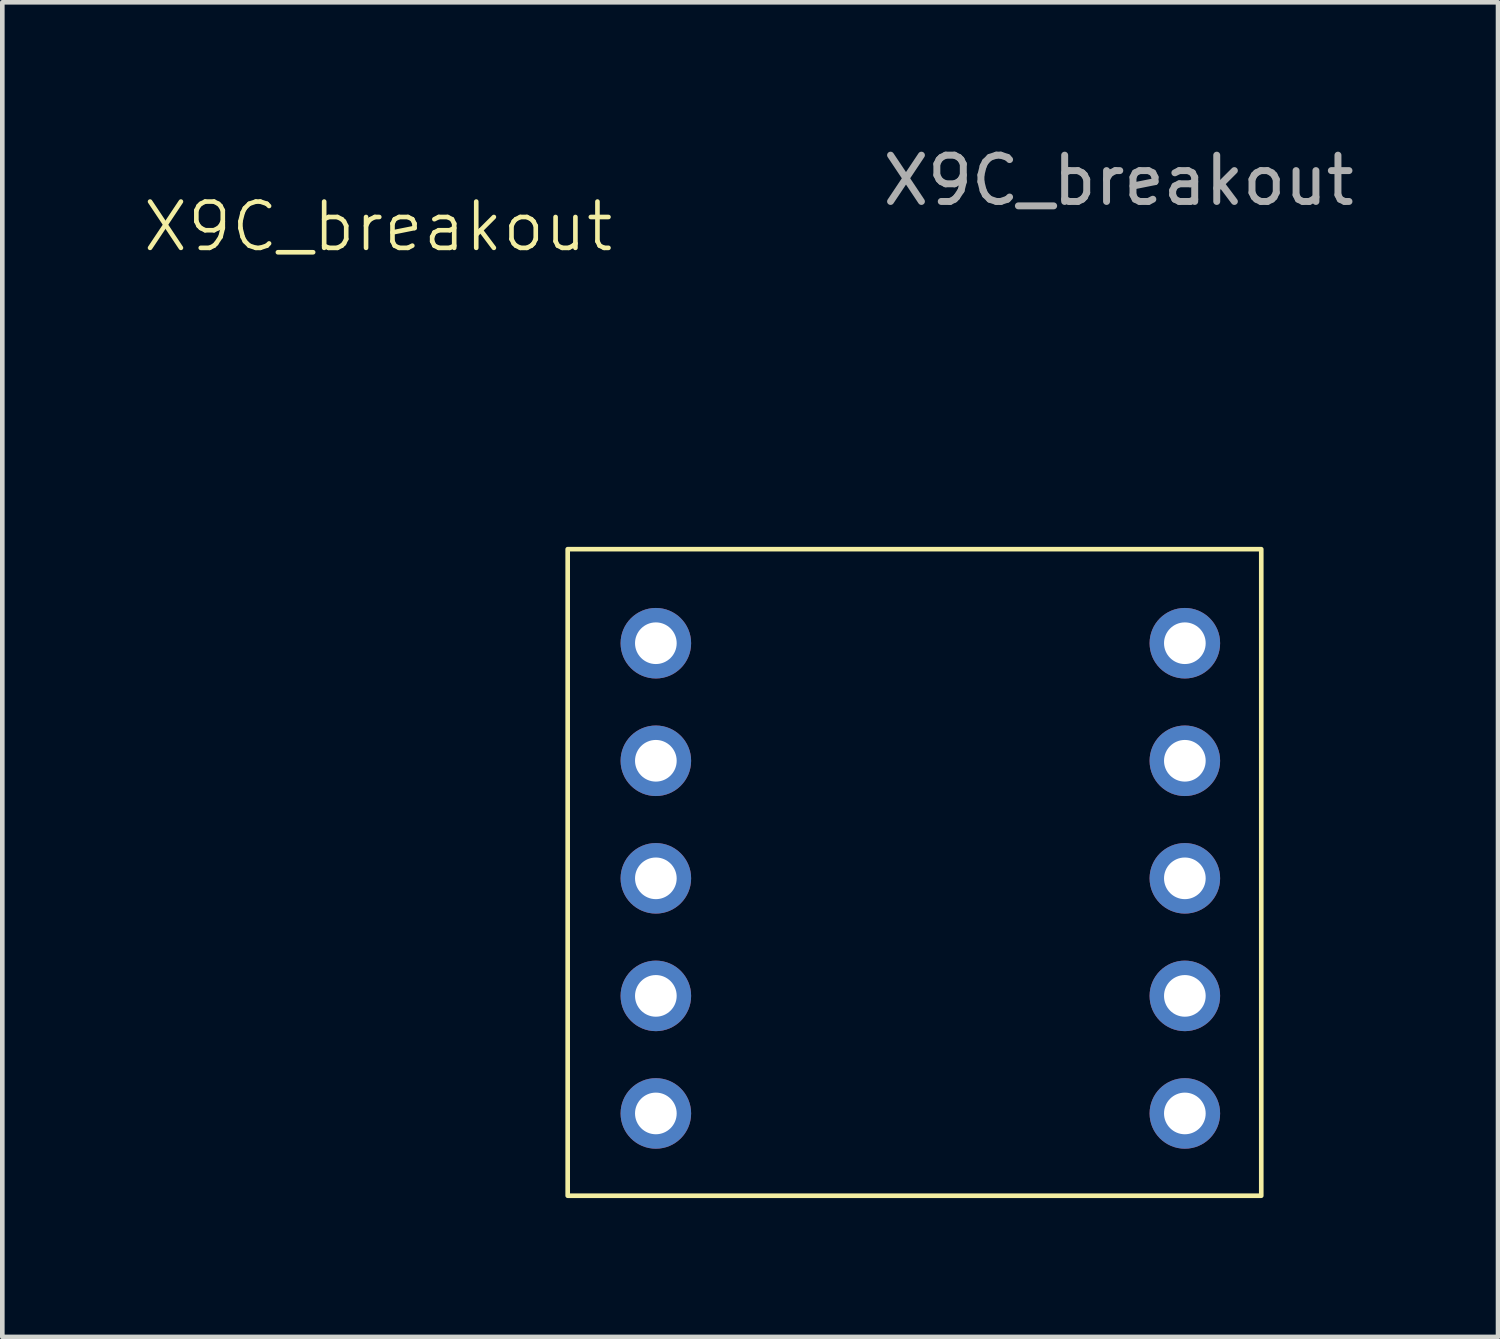
<source format=kicad_pcb>
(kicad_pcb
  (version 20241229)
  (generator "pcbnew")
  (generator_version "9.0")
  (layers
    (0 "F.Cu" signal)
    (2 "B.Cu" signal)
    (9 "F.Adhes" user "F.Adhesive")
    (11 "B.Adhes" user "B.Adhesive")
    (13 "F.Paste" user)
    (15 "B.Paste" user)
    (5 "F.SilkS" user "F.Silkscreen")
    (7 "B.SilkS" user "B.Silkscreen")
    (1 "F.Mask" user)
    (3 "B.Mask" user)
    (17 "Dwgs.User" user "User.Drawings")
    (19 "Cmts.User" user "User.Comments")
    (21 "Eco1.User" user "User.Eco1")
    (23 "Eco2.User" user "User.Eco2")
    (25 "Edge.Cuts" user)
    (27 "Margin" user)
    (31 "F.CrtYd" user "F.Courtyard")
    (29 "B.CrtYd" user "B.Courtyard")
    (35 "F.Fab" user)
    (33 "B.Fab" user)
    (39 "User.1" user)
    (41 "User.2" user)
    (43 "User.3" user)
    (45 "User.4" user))
  (footprint "X9C_breakout"
    (layer "F.Cu")
    (at 11.121 10.848)
    (property "Reference" "X9C_breakout" (at -6 -9 0) (unlocked yes) (layer "F.SilkS") (effects (font (size 1 1) (thickness 0.1))))
    (attr through_hole)
    (fp_rect (start -1.905 -2.032) (end 13.081 11.938) (stroke (width 0.1) (type default)) (fill no) (layer "F.SilkS"))
    (fp_text user "${REFERENCE}" (at 10 -10 0) (unlocked yes) (layer "F.Fab") (effects (font (size 1 1) (thickness 0.15))))
    (pad "1" thru_hole circle (at 0 0) (size 1.524 1.524) (drill 0.9) (layers "*.Cu" "*.Mask"))
    (pad "2" thru_hole circle (at 0 2.54) (size 1.524 1.524) (drill 0.9) (layers "*.Cu" "*.Mask"))
    (pad "3" thru_hole circle (at 0 5.08) (size 1.524 1.524) (drill 0.9) (layers "*.Cu" "*.Mask"))
    (pad "4" thru_hole circle (at 0 7.62) (size 1.524 1.524) (drill 0.9) (layers "*.Cu" "*.Mask"))
    (pad "5" thru_hole circle (at 0 10.16) (size 1.524 1.524) (drill 0.9) (layers "*.Cu" "*.Mask"))
    (pad "6" thru_hole circle (at 11.43 10.16) (size 1.524 1.524) (drill 0.9) (layers "*.Cu" "*.Mask"))
    (pad "7" thru_hole circle (at 11.43 7.62) (size 1.524 1.524) (drill 0.9) (layers "*.Cu" "*.Mask"))
    (pad "8" thru_hole circle (at 11.43 5.08) (size 1.524 1.524) (drill 0.9) (layers "*.Cu" "*.Mask"))
    (pad "9" thru_hole circle (at 11.43 2.54) (size 1.524 1.524) (drill 0.9) (layers "*.Cu" "*.Mask"))
    (pad "10" thru_hole circle (at 11.43 0) (size 1.524 1.524) (drill 0.9) (layers "*.Cu" "*.Mask")))
  (gr_rect
    (start -3 -3)
    (end 29.318 25.836)
    (stroke (width 0.1) (type default))
    (fill no)
    (layer "Edge.Cuts")))
</source>
